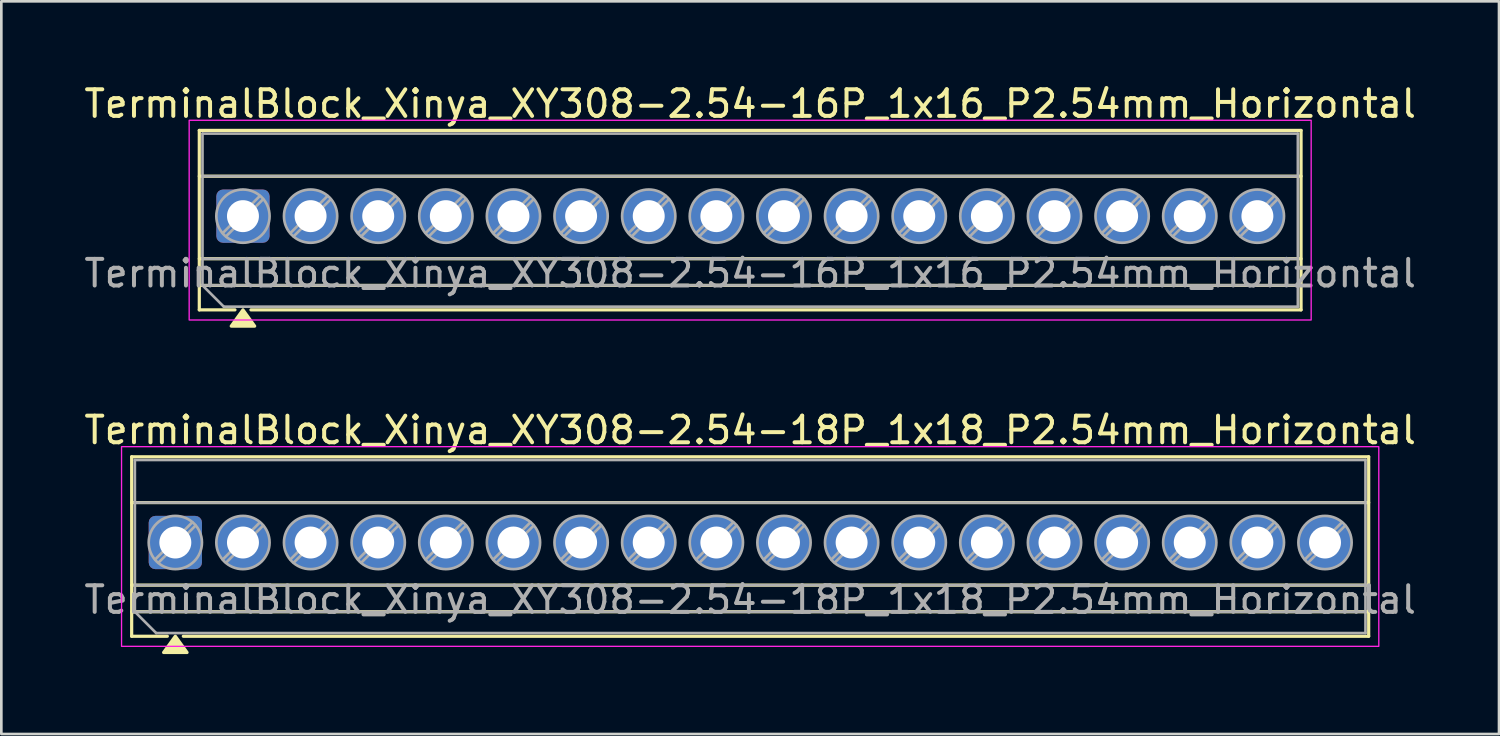
<source format=kicad_pcb>
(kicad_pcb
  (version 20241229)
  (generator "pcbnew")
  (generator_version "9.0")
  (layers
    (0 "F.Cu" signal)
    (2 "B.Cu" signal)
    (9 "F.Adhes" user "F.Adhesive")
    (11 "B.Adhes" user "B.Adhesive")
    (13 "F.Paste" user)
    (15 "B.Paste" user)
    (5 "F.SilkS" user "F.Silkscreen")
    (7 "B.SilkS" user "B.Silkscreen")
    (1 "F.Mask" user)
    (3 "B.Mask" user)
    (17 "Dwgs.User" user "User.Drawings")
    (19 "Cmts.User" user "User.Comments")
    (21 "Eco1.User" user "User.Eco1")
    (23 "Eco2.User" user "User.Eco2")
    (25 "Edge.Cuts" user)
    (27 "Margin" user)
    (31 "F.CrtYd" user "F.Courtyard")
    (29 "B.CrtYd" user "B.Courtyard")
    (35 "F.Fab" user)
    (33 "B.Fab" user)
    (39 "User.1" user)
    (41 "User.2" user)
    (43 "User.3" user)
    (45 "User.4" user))
  (footprint "TerminalBlock_Xinya_XY308-2.54-16P_1x16_P2.54mm_Horizontal"
    (layer "F.Cu")
    (at 6.075 5.068)
    (property "Reference" "TerminalBlock_Xinya_XY308-2.54-16P_1x16_P2.54mm_Horizontal" (at 19.05 -4.22 0) (layer "F.SilkS") (effects (font (size 1 1) (thickness 0.15))))
    (attr through_hole)
    (fp_line (start -1.64 -3.22) (end 39.74 -3.22) (stroke (width 0.12) (type solid)) (layer "F.SilkS"))
    (fp_line (start -1.64 -1.5) (end 39.74 -1.5) (stroke (width 0.12) (type solid)) (layer "F.SilkS"))
    (fp_line (start -1.64 1.6) (end 39.74 1.6) (stroke (width 0.12) (type solid)) (layer "F.SilkS"))
    (fp_line (start -1.64 2.6) (end 39.74 2.6) (stroke (width 0.12) (type solid)) (layer "F.SilkS"))
    (fp_line (start -1.64 3.52) (end -1.64 -3.22) (stroke (width 0.12) (type solid)) (layer "F.SilkS"))
    (fp_line (start -0.3 3.52) (end -1.64 3.52) (stroke (width 0.12) (type solid)) (layer "F.SilkS"))
    (fp_line (start 39.74 -3.22) (end 39.74 3.52) (stroke (width 0.12) (type solid)) (layer "F.SilkS"))
    (fp_line (start 39.74 3.52) (end 0.3 3.52) (stroke (width 0.12) (type solid)) (layer "F.SilkS"))
    (fp_poly (pts (xy 0 3.52) (xy 0.44 4.13) (xy -0.44 4.13)) (stroke (width 0.12) (type solid)) (fill yes) (layer "F.SilkS"))
    (fp_rect (start -2.02 -3.6) (end 40.12 3.9) (stroke (width 0.05) (type solid)) (fill no) (layer "F.CrtYd"))
    (fp_line (start -1.52 -3.1) (end 39.62 -3.1) (stroke (width 0.1) (type solid)) (layer "F.Fab"))
    (fp_line (start -1.52 -1.5) (end 39.62 -1.5) (stroke (width 0.1) (type solid)) (layer "F.Fab"))
    (fp_line (start -1.52 1.6) (end 39.62 1.6) (stroke (width 0.1) (type solid)) (layer "F.Fab"))
    (fp_line (start -1.52 2.6) (end -1.52 -3.1) (stroke (width 0.1) (type solid)) (layer "F.Fab"))
    (fp_line (start -1.52 2.6) (end 39.62 2.6) (stroke (width 0.1) (type solid)) (layer "F.Fab"))
    (fp_line (start -0.72 3.4) (end -1.52 2.6) (stroke (width 0.1) (type solid)) (layer "F.Fab"))
    (fp_line (start 0.636 -0.758) (end -0.758 0.636) (stroke (width 0.1) (type solid)) (layer "F.Fab"))
    (fp_line (start 0.758 -0.636) (end -0.636 0.758) (stroke (width 0.1) (type solid)) (layer "F.Fab"))
    (fp_line (start 3.176 -0.758) (end 1.782 0.636) (stroke (width 0.1) (type solid)) (layer "F.Fab"))
    (fp_line (start 3.298 -0.636) (end 1.904 0.758) (stroke (width 0.1) (type solid)) (layer "F.Fab"))
    (fp_line (start 5.716 -0.758) (end 4.322 0.636) (stroke (width 0.1) (type solid)) (layer "F.Fab"))
    (fp_line (start 5.838 -0.636) (end 4.444 0.758) (stroke (width 0.1) (type solid)) (layer "F.Fab"))
    (fp_line (start 8.256 -0.758) (end 6.862 0.636) (stroke (width 0.1) (type solid)) (layer "F.Fab"))
    (fp_line (start 8.378 -0.636) (end 6.984 0.758) (stroke (width 0.1) (type solid)) (layer "F.Fab"))
    (fp_line (start 10.796 -0.758) (end 9.402 0.636) (stroke (width 0.1) (type solid)) (layer "F.Fab"))
    (fp_line (start 10.918 -0.636) (end 9.524 0.758) (stroke (width 0.1) (type solid)) (layer "F.Fab"))
    (fp_line (start 13.336 -0.758) (end 11.942 0.636) (stroke (width 0.1) (type solid)) (layer "F.Fab"))
    (fp_line (start 13.458 -0.636) (end 12.064 0.758) (stroke (width 0.1) (type solid)) (layer "F.Fab"))
    (fp_line (start 15.876 -0.758) (end 14.482 0.636) (stroke (width 0.1) (type solid)) (layer "F.Fab"))
    (fp_line (start 15.998 -0.636) (end 14.604 0.758) (stroke (width 0.1) (type solid)) (layer "F.Fab"))
    (fp_line (start 18.416 -0.758) (end 17.022 0.636) (stroke (width 0.1) (type solid)) (layer "F.Fab"))
    (fp_line (start 18.538 -0.636) (end 17.144 0.758) (stroke (width 0.1) (type solid)) (layer "F.Fab"))
    (fp_line (start 20.956 -0.758) (end 19.562 0.636) (stroke (width 0.1) (type solid)) (layer "F.Fab"))
    (fp_line (start 21.078 -0.636) (end 19.684 0.758) (stroke (width 0.1) (type solid)) (layer "F.Fab"))
    (fp_line (start 23.496 -0.758) (end 22.102 0.636) (stroke (width 0.1) (type solid)) (layer "F.Fab"))
    (fp_line (start 23.618 -0.636) (end 22.224 0.758) (stroke (width 0.1) (type solid)) (layer "F.Fab"))
    (fp_line (start 26.036 -0.758) (end 24.642 0.636) (stroke (width 0.1) (type solid)) (layer "F.Fab"))
    (fp_line (start 26.158 -0.636) (end 24.764 0.758) (stroke (width 0.1) (type solid)) (layer "F.Fab"))
    (fp_line (start 28.576 -0.758) (end 27.182 0.636) (stroke (width 0.1) (type solid)) (layer "F.Fab"))
    (fp_line (start 28.698 -0.636) (end 27.304 0.758) (stroke (width 0.1) (type solid)) (layer "F.Fab"))
    (fp_line (start 31.116 -0.758) (end 29.722 0.636) (stroke (width 0.1) (type solid)) (layer "F.Fab"))
    (fp_line (start 31.238 -0.636) (end 29.844 0.758) (stroke (width 0.1) (type solid)) (layer "F.Fab"))
    (fp_line (start 33.656 -0.758) (end 32.262 0.636) (stroke (width 0.1) (type solid)) (layer "F.Fab"))
    (fp_line (start 33.778 -0.636) (end 32.384 0.758) (stroke (width 0.1) (type solid)) (layer "F.Fab"))
    (fp_line (start 36.196 -0.758) (end 34.802 0.636) (stroke (width 0.1) (type solid)) (layer "F.Fab"))
    (fp_line (start 36.318 -0.636) (end 34.924 0.758) (stroke (width 0.1) (type solid)) (layer "F.Fab"))
    (fp_line (start 38.736 -0.758) (end 37.342 0.636) (stroke (width 0.1) (type solid)) (layer "F.Fab"))
    (fp_line (start 38.858 -0.636) (end 37.464 0.758) (stroke (width 0.1) (type solid)) (layer "F.Fab"))
    (fp_line (start 39.62 -3.1) (end 39.62 3.4) (stroke (width 0.1) (type solid)) (layer "F.Fab"))
    (fp_line (start 39.62 3.4) (end -0.72 3.4) (stroke (width 0.1) (type solid)) (layer "F.Fab"))
    (fp_circle (center 0 0) (end 1 0) (stroke (width 0.1) (type solid)) (fill no) (layer "F.Fab"))
    (fp_circle (center 2.54 0) (end 3.54 0) (stroke (width 0.1) (type solid)) (fill no) (layer "F.Fab"))
    (fp_circle (center 5.08 0) (end 6.08 0) (stroke (width 0.1) (type solid)) (fill no) (layer "F.Fab"))
    (fp_circle (center 7.62 0) (end 8.62 0) (stroke (width 0.1) (type solid)) (fill no) (layer "F.Fab"))
    (fp_circle (center 10.16 0) (end 11.16 0) (stroke (width 0.1) (type solid)) (fill no) (layer "F.Fab"))
    (fp_circle (center 12.7 0) (end 13.7 0) (stroke (width 0.1) (type solid)) (fill no) (layer "F.Fab"))
    (fp_circle (center 15.24 0) (end 16.24 0) (stroke (width 0.1) (type solid)) (fill no) (layer "F.Fab"))
    (fp_circle (center 17.78 0) (end 18.78 0) (stroke (width 0.1) (type solid)) (fill no) (layer "F.Fab"))
    (fp_circle (center 20.32 0) (end 21.32 0) (stroke (width 0.1) (type solid)) (fill no) (layer "F.Fab"))
    (fp_circle (center 22.86 0) (end 23.86 0) (stroke (width 0.1) (type solid)) (fill no) (layer "F.Fab"))
    (fp_circle (center 25.4 0) (end 26.4 0) (stroke (width 0.1) (type solid)) (fill no) (layer "F.Fab"))
    (fp_circle (center 27.94 0) (end 28.94 0) (stroke (width 0.1) (type solid)) (fill no) (layer "F.Fab"))
    (fp_circle (center 30.48 0) (end 31.48 0) (stroke (width 0.1) (type solid)) (fill no) (layer "F.Fab"))
    (fp_circle (center 33.02 0) (end 34.02 0) (stroke (width 0.1) (type solid)) (fill no) (layer "F.Fab"))
    (fp_circle (center 35.56 0) (end 36.56 0) (stroke (width 0.1) (type solid)) (fill no) (layer "F.Fab"))
    (fp_circle (center 38.1 0) (end 39.1 0) (stroke (width 0.1) (type solid)) (fill no) (layer "F.Fab"))
    (fp_text user "${REFERENCE}" (at 19.05 2.15 0) (layer "F.Fab") (effects (font (size 1 1) (thickness 0.15))))
    (pad "1" thru_hole roundrect (at 0 0) (size 2 2) (drill 1.2) (layers "*.Cu" "*.Mask") (roundrect_rratio 0.125))
    (pad "2" thru_hole circle (at 2.54 0) (size 2 2) (drill 1.2) (layers "*.Cu" "*.Mask"))
    (pad "3" thru_hole circle (at 5.08 0) (size 2 2) (drill 1.2) (layers "*.Cu" "*.Mask"))
    (pad "4" thru_hole circle (at 7.62 0) (size 2 2) (drill 1.2) (layers "*.Cu" "*.Mask"))
    (pad "5" thru_hole circle (at 10.16 0) (size 2 2) (drill 1.2) (layers "*.Cu" "*.Mask"))
    (pad "6" thru_hole circle (at 12.7 0) (size 2 2) (drill 1.2) (layers "*.Cu" "*.Mask"))
    (pad "7" thru_hole circle (at 15.24 0) (size 2 2) (drill 1.2) (layers "*.Cu" "*.Mask"))
    (pad "8" thru_hole circle (at 17.78 0) (size 2 2) (drill 1.2) (layers "*.Cu" "*.Mask"))
    (pad "9" thru_hole circle (at 20.32 0) (size 2 2) (drill 1.2) (layers "*.Cu" "*.Mask"))
    (pad "10" thru_hole circle (at 22.86 0) (size 2 2) (drill 1.2) (layers "*.Cu" "*.Mask"))
    (pad "11" thru_hole circle (at 25.4 0) (size 2 2) (drill 1.2) (layers "*.Cu" "*.Mask"))
    (pad "12" thru_hole circle (at 27.94 0) (size 2 2) (drill 1.2) (layers "*.Cu" "*.Mask"))
    (pad "13" thru_hole circle (at 30.48 0) (size 2 2) (drill 1.2) (layers "*.Cu" "*.Mask"))
    (pad "14" thru_hole circle (at 33.02 0) (size 2 2) (drill 1.2) (layers "*.Cu" "*.Mask"))
    (pad "15" thru_hole circle (at 35.56 0) (size 2 2) (drill 1.2) (layers "*.Cu" "*.Mask"))
    (pad "16" thru_hole circle (at 38.1 0) (size 2 2) (drill 1.2) (layers "*.Cu" "*.Mask")))
  (footprint "TerminalBlock_Xinya_XY308-2.54-18P_1x18_P2.54mm_Horizontal"
    (layer "F.Cu")
    (at 3.535 17.326)
    (property "Reference" "TerminalBlock_Xinya_XY308-2.54-18P_1x18_P2.54mm_Horizontal" (at 21.59 -4.22 0) (layer "F.SilkS") (effects (font (size 1 1) (thickness 0.15))))
    (attr through_hole)
    (fp_line (start -1.64 -3.22) (end 44.82 -3.22) (stroke (width 0.12) (type solid)) (layer "F.SilkS"))
    (fp_line (start -1.64 -1.5) (end 44.82 -1.5) (stroke (width 0.12) (type solid)) (layer "F.SilkS"))
    (fp_line (start -1.64 1.6) (end 44.82 1.6) (stroke (width 0.12) (type solid)) (layer "F.SilkS"))
    (fp_line (start -1.64 2.6) (end 44.82 2.6) (stroke (width 0.12) (type solid)) (layer "F.SilkS"))
    (fp_line (start -1.64 3.52) (end -1.64 -3.22) (stroke (width 0.12) (type solid)) (layer "F.SilkS"))
    (fp_line (start -0.3 3.52) (end -1.64 3.52) (stroke (width 0.12) (type solid)) (layer "F.SilkS"))
    (fp_line (start 44.82 -3.22) (end 44.82 3.52) (stroke (width 0.12) (type solid)) (layer "F.SilkS"))
    (fp_line (start 44.82 3.52) (end 0.3 3.52) (stroke (width 0.12) (type solid)) (layer "F.SilkS"))
    (fp_poly (pts (xy 0 3.52) (xy 0.44 4.13) (xy -0.44 4.13)) (stroke (width 0.12) (type solid)) (fill yes) (layer "F.SilkS"))
    (fp_rect (start -2.02 -3.6) (end 45.2 3.9) (stroke (width 0.05) (type solid)) (fill no) (layer "F.CrtYd"))
    (fp_line (start -1.52 -3.1) (end 44.7 -3.1) (stroke (width 0.1) (type solid)) (layer "F.Fab"))
    (fp_line (start -1.52 -1.5) (end 44.7 -1.5) (stroke (width 0.1) (type solid)) (layer "F.Fab"))
    (fp_line (start -1.52 1.6) (end 44.7 1.6) (stroke (width 0.1) (type solid)) (layer "F.Fab"))
    (fp_line (start -1.52 2.6) (end -1.52 -3.1) (stroke (width 0.1) (type solid)) (layer "F.Fab"))
    (fp_line (start -1.52 2.6) (end 44.7 2.6) (stroke (width 0.1) (type solid)) (layer "F.Fab"))
    (fp_line (start -0.72 3.4) (end -1.52 2.6) (stroke (width 0.1) (type solid)) (layer "F.Fab"))
    (fp_line (start 0.636 -0.758) (end -0.758 0.636) (stroke (width 0.1) (type solid)) (layer "F.Fab"))
    (fp_line (start 0.758 -0.636) (end -0.636 0.758) (stroke (width 0.1) (type solid)) (layer "F.Fab"))
    (fp_line (start 3.176 -0.758) (end 1.782 0.636) (stroke (width 0.1) (type solid)) (layer "F.Fab"))
    (fp_line (start 3.298 -0.636) (end 1.904 0.758) (stroke (width 0.1) (type solid)) (layer "F.Fab"))
    (fp_line (start 5.716 -0.758) (end 4.322 0.636) (stroke (width 0.1) (type solid)) (layer "F.Fab"))
    (fp_line (start 5.838 -0.636) (end 4.444 0.758) (stroke (width 0.1) (type solid)) (layer "F.Fab"))
    (fp_line (start 8.256 -0.758) (end 6.862 0.636) (stroke (width 0.1) (type solid)) (layer "F.Fab"))
    (fp_line (start 8.378 -0.636) (end 6.984 0.758) (stroke (width 0.1) (type solid)) (layer "F.Fab"))
    (fp_line (start 10.796 -0.758) (end 9.402 0.636) (stroke (width 0.1) (type solid)) (layer "F.Fab"))
    (fp_line (start 10.918 -0.636) (end 9.524 0.758) (stroke (width 0.1) (type solid)) (layer "F.Fab"))
    (fp_line (start 13.336 -0.758) (end 11.942 0.636) (stroke (width 0.1) (type solid)) (layer "F.Fab"))
    (fp_line (start 13.458 -0.636) (end 12.064 0.758) (stroke (width 0.1) (type solid)) (layer "F.Fab"))
    (fp_line (start 15.876 -0.758) (end 14.482 0.636) (stroke (width 0.1) (type solid)) (layer "F.Fab"))
    (fp_line (start 15.998 -0.636) (end 14.604 0.758) (stroke (width 0.1) (type solid)) (layer "F.Fab"))
    (fp_line (start 18.416 -0.758) (end 17.022 0.636) (stroke (width 0.1) (type solid)) (layer "F.Fab"))
    (fp_line (start 18.538 -0.636) (end 17.144 0.758) (stroke (width 0.1) (type solid)) (layer "F.Fab"))
    (fp_line (start 20.956 -0.758) (end 19.562 0.636) (stroke (width 0.1) (type solid)) (layer "F.Fab"))
    (fp_line (start 21.078 -0.636) (end 19.684 0.758) (stroke (width 0.1) (type solid)) (layer "F.Fab"))
    (fp_line (start 23.496 -0.758) (end 22.102 0.636) (stroke (width 0.1) (type solid)) (layer "F.Fab"))
    (fp_line (start 23.618 -0.636) (end 22.224 0.758) (stroke (width 0.1) (type solid)) (layer "F.Fab"))
    (fp_line (start 26.036 -0.758) (end 24.642 0.636) (stroke (width 0.1) (type solid)) (layer "F.Fab"))
    (fp_line (start 26.158 -0.636) (end 24.764 0.758) (stroke (width 0.1) (type solid)) (layer "F.Fab"))
    (fp_line (start 28.576 -0.758) (end 27.182 0.636) (stroke (width 0.1) (type solid)) (layer "F.Fab"))
    (fp_line (start 28.698 -0.636) (end 27.304 0.758) (stroke (width 0.1) (type solid)) (layer "F.Fab"))
    (fp_line (start 31.116 -0.758) (end 29.722 0.636) (stroke (width 0.1) (type solid)) (layer "F.Fab"))
    (fp_line (start 31.238 -0.636) (end 29.844 0.758) (stroke (width 0.1) (type solid)) (layer "F.Fab"))
    (fp_line (start 33.656 -0.758) (end 32.262 0.636) (stroke (width 0.1) (type solid)) (layer "F.Fab"))
    (fp_line (start 33.778 -0.636) (end 32.384 0.758) (stroke (width 0.1) (type solid)) (layer "F.Fab"))
    (fp_line (start 36.196 -0.758) (end 34.802 0.636) (stroke (width 0.1) (type solid)) (layer "F.Fab"))
    (fp_line (start 36.318 -0.636) (end 34.924 0.758) (stroke (width 0.1) (type solid)) (layer "F.Fab"))
    (fp_line (start 38.736 -0.758) (end 37.342 0.636) (stroke (width 0.1) (type solid)) (layer "F.Fab"))
    (fp_line (start 38.858 -0.636) (end 37.464 0.758) (stroke (width 0.1) (type solid)) (layer "F.Fab"))
    (fp_line (start 41.276 -0.758) (end 39.882 0.636) (stroke (width 0.1) (type solid)) (layer "F.Fab"))
    (fp_line (start 41.398 -0.636) (end 40.004 0.758) (stroke (width 0.1) (type solid)) (layer "F.Fab"))
    (fp_line (start 43.816 -0.758) (end 42.422 0.636) (stroke (width 0.1) (type solid)) (layer "F.Fab"))
    (fp_line (start 43.938 -0.636) (end 42.544 0.758) (stroke (width 0.1) (type solid)) (layer "F.Fab"))
    (fp_line (start 44.7 -3.1) (end 44.7 3.4) (stroke (width 0.1) (type solid)) (layer "F.Fab"))
    (fp_line (start 44.7 3.4) (end -0.72 3.4) (stroke (width 0.1) (type solid)) (layer "F.Fab"))
    (fp_circle (center 0 0) (end 1 0) (stroke (width 0.1) (type solid)) (fill no) (layer "F.Fab"))
    (fp_circle (center 2.54 0) (end 3.54 0) (stroke (width 0.1) (type solid)) (fill no) (layer "F.Fab"))
    (fp_circle (center 5.08 0) (end 6.08 0) (stroke (width 0.1) (type solid)) (fill no) (layer "F.Fab"))
    (fp_circle (center 7.62 0) (end 8.62 0) (stroke (width 0.1) (type solid)) (fill no) (layer "F.Fab"))
    (fp_circle (center 10.16 0) (end 11.16 0) (stroke (width 0.1) (type solid)) (fill no) (layer "F.Fab"))
    (fp_circle (center 12.7 0) (end 13.7 0) (stroke (width 0.1) (type solid)) (fill no) (layer "F.Fab"))
    (fp_circle (center 15.24 0) (end 16.24 0) (stroke (width 0.1) (type solid)) (fill no) (layer "F.Fab"))
    (fp_circle (center 17.78 0) (end 18.78 0) (stroke (width 0.1) (type solid)) (fill no) (layer "F.Fab"))
    (fp_circle (center 20.32 0) (end 21.32 0) (stroke (width 0.1) (type solid)) (fill no) (layer "F.Fab"))
    (fp_circle (center 22.86 0) (end 23.86 0) (stroke (width 0.1) (type solid)) (fill no) (layer "F.Fab"))
    (fp_circle (center 25.4 0) (end 26.4 0) (stroke (width 0.1) (type solid)) (fill no) (layer "F.Fab"))
    (fp_circle (center 27.94 0) (end 28.94 0) (stroke (width 0.1) (type solid)) (fill no) (layer "F.Fab"))
    (fp_circle (center 30.48 0) (end 31.48 0) (stroke (width 0.1) (type solid)) (fill no) (layer "F.Fab"))
    (fp_circle (center 33.02 0) (end 34.02 0) (stroke (width 0.1) (type solid)) (fill no) (layer "F.Fab"))
    (fp_circle (center 35.56 0) (end 36.56 0) (stroke (width 0.1) (type solid)) (fill no) (layer "F.Fab"))
    (fp_circle (center 38.1 0) (end 39.1 0) (stroke (width 0.1) (type solid)) (fill no) (layer "F.Fab"))
    (fp_circle (center 40.64 0) (end 41.64 0) (stroke (width 0.1) (type solid)) (fill no) (layer "F.Fab"))
    (fp_circle (center 43.18 0) (end 44.18 0) (stroke (width 0.1) (type solid)) (fill no) (layer "F.Fab"))
    (fp_text user "${REFERENCE}" (at 21.59 2.15 0) (layer "F.Fab") (effects (font (size 1 1) (thickness 0.15))))
    (pad "1" thru_hole roundrect (at 0 0) (size 2 2) (drill 1.2) (layers "*.Cu" "*.Mask") (roundrect_rratio 0.125))
    (pad "2" thru_hole circle (at 2.54 0) (size 2 2) (drill 1.2) (layers "*.Cu" "*.Mask"))
    (pad "3" thru_hole circle (at 5.08 0) (size 2 2) (drill 1.2) (layers "*.Cu" "*.Mask"))
    (pad "4" thru_hole circle (at 7.62 0) (size 2 2) (drill 1.2) (layers "*.Cu" "*.Mask"))
    (pad "5" thru_hole circle (at 10.16 0) (size 2 2) (drill 1.2) (layers "*.Cu" "*.Mask"))
    (pad "6" thru_hole circle (at 12.7 0) (size 2 2) (drill 1.2) (layers "*.Cu" "*.Mask"))
    (pad "7" thru_hole circle (at 15.24 0) (size 2 2) (drill 1.2) (layers "*.Cu" "*.Mask"))
    (pad "8" thru_hole circle (at 17.78 0) (size 2 2) (drill 1.2) (layers "*.Cu" "*.Mask"))
    (pad "9" thru_hole circle (at 20.32 0) (size 2 2) (drill 1.2) (layers "*.Cu" "*.Mask"))
    (pad "10" thru_hole circle (at 22.86 0) (size 2 2) (drill 1.2) (layers "*.Cu" "*.Mask"))
    (pad "11" thru_hole circle (at 25.4 0) (size 2 2) (drill 1.2) (layers "*.Cu" "*.Mask"))
    (pad "12" thru_hole circle (at 27.94 0) (size 2 2) (drill 1.2) (layers "*.Cu" "*.Mask"))
    (pad "13" thru_hole circle (at 30.48 0) (size 2 2) (drill 1.2) (layers "*.Cu" "*.Mask"))
    (pad "14" thru_hole circle (at 33.02 0) (size 2 2) (drill 1.2) (layers "*.Cu" "*.Mask"))
    (pad "15" thru_hole circle (at 35.56 0) (size 2 2) (drill 1.2) (layers "*.Cu" "*.Mask"))
    (pad "16" thru_hole circle (at 38.1 0) (size 2 2) (drill 1.2) (layers "*.Cu" "*.Mask"))
    (pad "17" thru_hole circle (at 40.64 0) (size 2 2) (drill 1.2) (layers "*.Cu" "*.Mask"))
    (pad "18" thru_hole circle (at 43.18 0) (size 2 2) (drill 1.2) (layers "*.Cu" "*.Mask")))
  (gr_rect
    (start -3 -3)
    (end 53.25 24.517)
    (stroke (width 0.1) (type default))
    (fill no)
    (layer "Edge.Cuts")))
</source>
